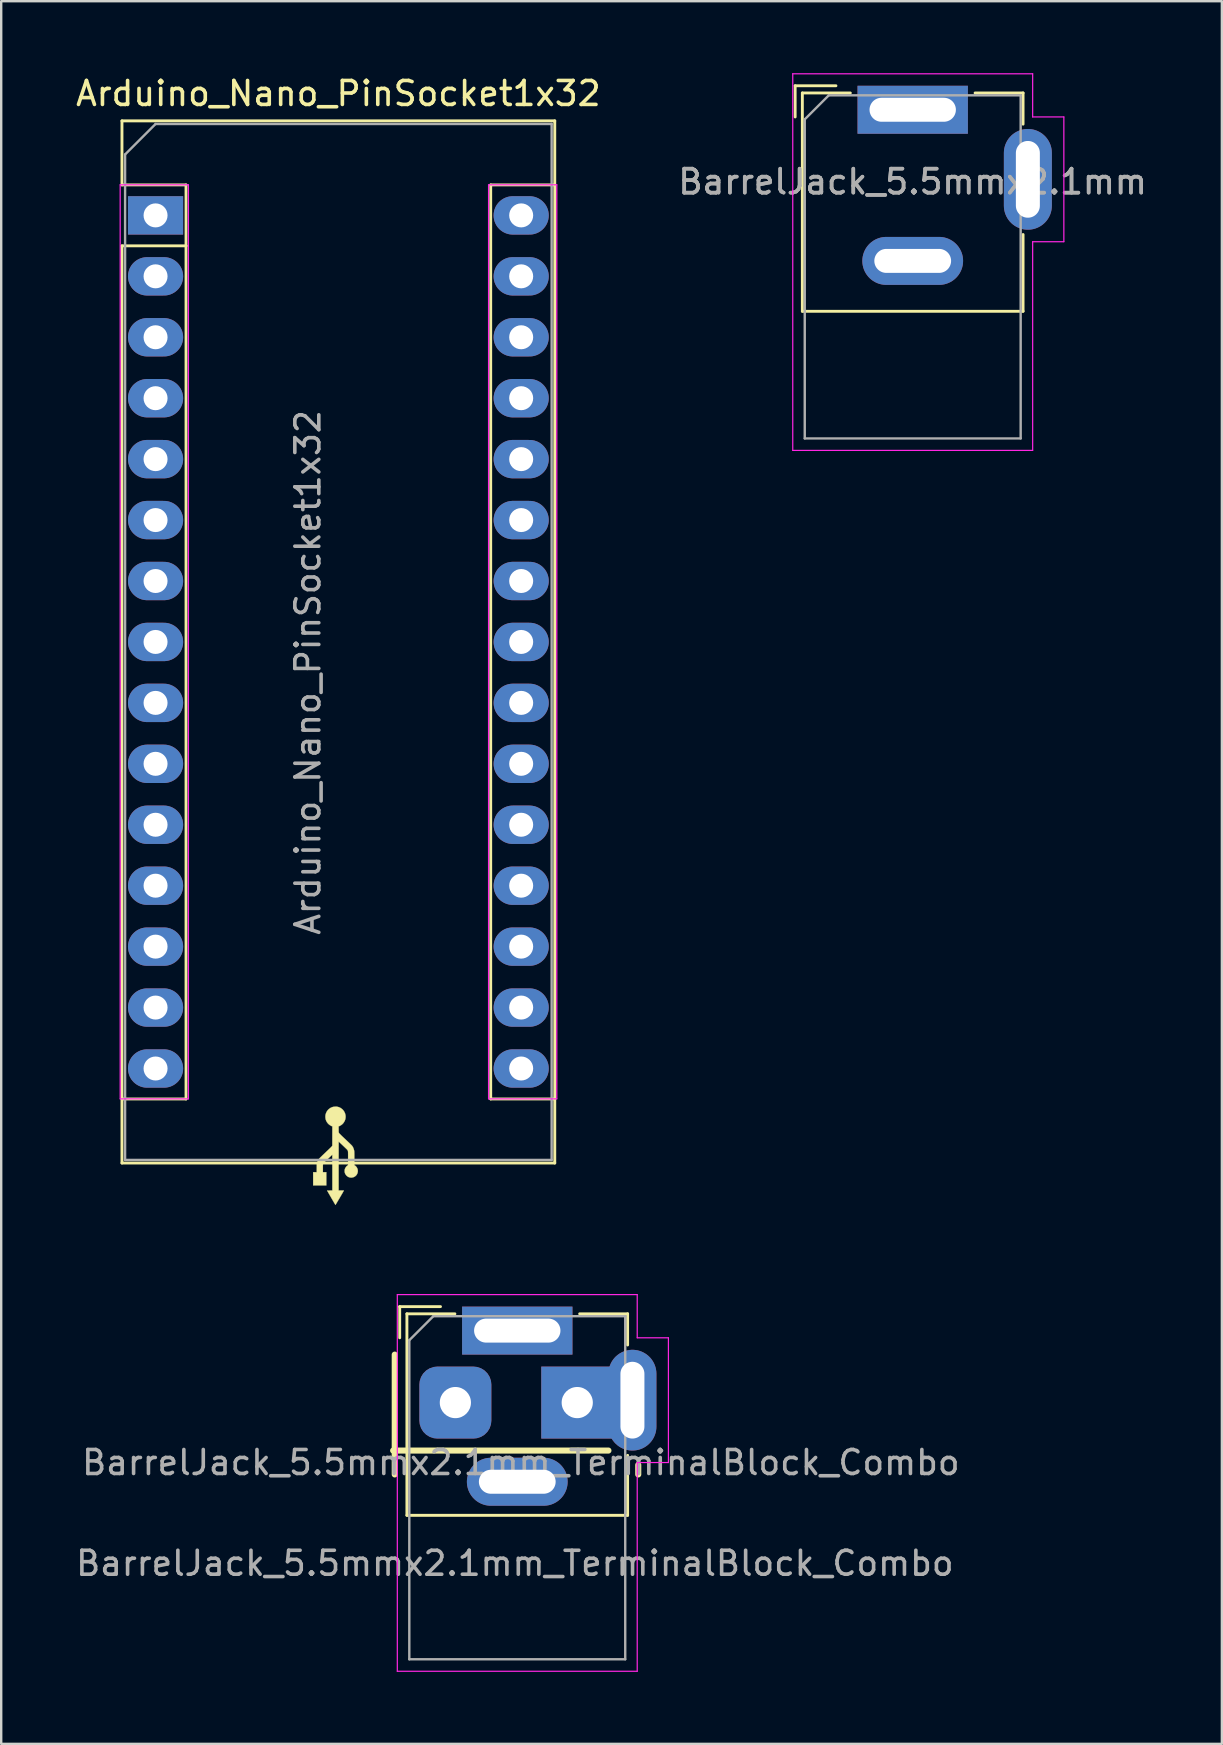
<source format=kicad_pcb>
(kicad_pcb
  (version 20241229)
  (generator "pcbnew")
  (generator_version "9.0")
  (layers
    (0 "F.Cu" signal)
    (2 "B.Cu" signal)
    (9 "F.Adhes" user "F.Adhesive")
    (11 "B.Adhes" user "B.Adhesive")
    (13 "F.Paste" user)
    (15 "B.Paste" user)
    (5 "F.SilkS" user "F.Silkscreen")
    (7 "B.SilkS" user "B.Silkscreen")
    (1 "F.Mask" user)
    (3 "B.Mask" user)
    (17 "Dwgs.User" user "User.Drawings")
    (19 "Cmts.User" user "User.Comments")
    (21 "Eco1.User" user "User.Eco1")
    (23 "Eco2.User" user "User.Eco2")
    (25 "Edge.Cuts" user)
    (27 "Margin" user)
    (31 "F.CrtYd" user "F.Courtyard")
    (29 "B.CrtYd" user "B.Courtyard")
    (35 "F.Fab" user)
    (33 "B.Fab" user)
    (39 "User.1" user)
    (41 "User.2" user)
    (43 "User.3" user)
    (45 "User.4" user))
  (footprint "BarrelJack_5.5mmx2.1mm_TerminalBlock_Combo"
    (layer "F.Cu")
    (at 18.511 52.413)
    (property "Reference" "BarrelJack_5.5mmx2.1mm_TerminalBlock_Combo" (at -0.1 9.7 0) (layer "F.Fab") (effects (font (size 1 1) (thickness 0.15))))
    (property "Value" "(${VALUE})" (at 0 -2.8 0) (layer "F.SilkS") (hide yes) (effects (font (size 1 1) (thickness 0.15))))
    (attr through_hole)
    (fp_line (start -5.107 1.001) (end -5.107 5.995) (stroke (width 0.254) (type solid)) (layer "F.SilkS"))
    (fp_line (start -4.9 -1) (end -4.9 0.3) (stroke (width 0.12) (type solid)) (layer "F.SilkS"))
    (fp_line (start -4.6 -0.7) (end -2.6 -0.7) (stroke (width 0.12) (type solid)) (layer "F.SilkS"))
    (fp_line (start -4.6 7.7) (end -4.6 -0.7) (stroke (width 0.12) (type solid)) (layer "F.SilkS"))
    (fp_line (start -3.2 -1) (end -4.9 -1) (stroke (width 0.12) (type solid)) (layer "F.SilkS"))
    (fp_line (start 2.6 -0.7) (end 4.6 -0.7) (stroke (width 0.12) (type solid)) (layer "F.SilkS"))
    (fp_line (start 3.8 5) (end -5.174 5) (stroke (width 0.254) (type solid)) (layer "F.SilkS"))
    (fp_line (start 4.6 -0.7) (end 4.6 0.6) (stroke (width 0.12) (type solid)) (layer "F.SilkS"))
    (fp_line (start 4.6 5.2) (end 4.6 7.7) (stroke (width 0.12) (type solid)) (layer "F.SilkS"))
    (fp_line (start 4.6 7.7) (end -4.6 7.7) (stroke (width 0.12) (type solid)) (layer "F.SilkS"))
    (fp_line (start 5.043 5.6) (end 5.043 5.995) (stroke (width 0.254) (type solid)) (layer "F.SilkS"))
    (fp_line (start -5.107 1.001) (end -5.107 13) (stroke (width 0.254) (type solid)) (layer "Eco2.User"))
    (fp_line (start -5.107 13) (end 5.053 12.988) (stroke (width 0.254) (type solid)) (layer "Eco2.User"))
    (fp_line (start 5.04 12.2) (end -5.107 12.2) (stroke (width 0.254) (type solid)) (layer "Eco2.User"))
    (fp_line (start 5.053 0.989) (end 5.053 12.988) (stroke (width 0.254) (type solid)) (layer "Eco2.User"))
    (fp_line (start -5 -1.5) (end -5 14.2) (stroke (width 0.05) (type solid)) (layer "F.CrtYd"))
    (fp_line (start -5 14.2) (end 5 14.2) (stroke (width 0.05) (type solid)) (layer "F.CrtYd"))
    (fp_line (start 5 -1.5) (end -5 -1.5) (stroke (width 0.05) (type solid)) (layer "F.CrtYd"))
    (fp_line (start 5 0.3) (end 5 -1.5) (stroke (width 0.05) (type solid)) (layer "F.CrtYd"))
    (fp_line (start 5 14.2) (end 5 5.5) (stroke (width 0.05) (type solid)) (layer "F.CrtYd"))
    (fp_line (start 6.3 0.3) (end 5 0.3) (stroke (width 0.05) (type solid)) (layer "F.CrtYd"))
    (fp_line (start 6.3 0.3) (end 6.3 5.5) (stroke (width 0.05) (type solid)) (layer "F.CrtYd"))
    (fp_line (start 6.3 5.5) (end 5 5.5) (stroke (width 0.05) (type solid)) (layer "F.CrtYd"))
    (fp_line (start -4.5 0.4) (end -3.5 -0.6) (stroke (width 0.1) (type solid)) (layer "F.Fab"))
    (fp_line (start -4.5 13.7) (end -4.5 0.4) (stroke (width 0.1) (type solid)) (layer "F.Fab"))
    (fp_line (start 4.5 -0.6) (end -3.5 -0.6) (stroke (width 0.1) (type solid)) (layer "F.Fab"))
    (fp_line (start 4.5 -0.6) (end 4.5 13.7) (stroke (width 0.1) (type solid)) (layer "F.Fab"))
    (fp_line (start 4.5 13.7) (end -4.5 13.7) (stroke (width 0.1) (type solid)) (layer "F.Fab"))
    (fp_text user "${REFERENCE}" (at 0.15 5.5 0) (layer "F.Fab") (effects (font (size 1 1) (thickness 0.15))))
    (pad "1" thru_hole roundrect (at -2.58 3 180) (size 3 3) (drill 1.3) (layers "*.Cu" "*.Mask") (roundrect_rratio 0.25))
    (pad "1" thru_hole rect (at 0 0) (size 4.6 2) (drill oval 3.6 1) (layers "*.Cu" "*.Mask"))
    (pad "2" thru_hole oval (at 0 6.3) (size 4.2 2) (drill oval 3.2 1) (layers "*.Cu" "*.Mask"))
    (pad "3" thru_hole rect (at 2.5 3 180) (size 3 3) (drill 1.3) (layers "*.Cu" "*.Mask"))
    (pad "3" thru_hole oval (at 4.8 2.9) (size 2 4.2) (drill oval 1 3.2) (layers "*.Cu" "*.Mask")))
  (footprint "BarrelJack_5.5mmx2.1mm"
    (layer "F.Cu")
    (at 34.994 1.525)
    (property "Reference" "BarrelJack_5.5mmx2.1mm" (at 0 3 0) (layer "F.Fab") (effects (font (size 1 1) (thickness 0.15))))
    (property "Value" "(${VALUE})" (at 0 -2.6 0) (layer "F.SilkS") (hide yes) (effects (font (size 1 1) (thickness 0.15))))
    (attr through_hole)
    (fp_line (start -4.9 -1) (end -4.9 0.3) (stroke (width 0.12) (type solid)) (layer "F.SilkS"))
    (fp_line (start -4.6 -0.7) (end -2.6 -0.7) (stroke (width 0.12) (type solid)) (layer "F.SilkS"))
    (fp_line (start -4.6 8.4) (end -4.6 -0.7) (stroke (width 0.12) (type solid)) (layer "F.SilkS"))
    (fp_line (start -3.2 -1) (end -4.9 -1) (stroke (width 0.12) (type solid)) (layer "F.SilkS"))
    (fp_line (start 2.6 -0.7) (end 4.6 -0.7) (stroke (width 0.12) (type solid)) (layer "F.SilkS"))
    (fp_line (start 4.6 -0.7) (end 4.6 0.6) (stroke (width 0.12) (type solid)) (layer "F.SilkS"))
    (fp_line (start 4.6 5.2) (end 4.6 8.4) (stroke (width 0.12) (type solid)) (layer "F.SilkS"))
    (fp_line (start 4.6 8.4) (end -4.6 8.4) (stroke (width 0.12) (type solid)) (layer "F.SilkS"))
    (fp_line (start -5 -1.5) (end -5 14.2) (stroke (width 0.05) (type solid)) (layer "F.CrtYd"))
    (fp_line (start -5 14.2) (end 5 14.2) (stroke (width 0.05) (type solid)) (layer "F.CrtYd"))
    (fp_line (start 5 -1.5) (end -5 -1.5) (stroke (width 0.05) (type solid)) (layer "F.CrtYd"))
    (fp_line (start 5 0.3) (end 5 -1.5) (stroke (width 0.05) (type solid)) (layer "F.CrtYd"))
    (fp_line (start 5 14.2) (end 5 5.5) (stroke (width 0.05) (type solid)) (layer "F.CrtYd"))
    (fp_line (start 6.3 0.3) (end 5 0.3) (stroke (width 0.05) (type solid)) (layer "F.CrtYd"))
    (fp_line (start 6.3 0.3) (end 6.3 5.5) (stroke (width 0.05) (type solid)) (layer "F.CrtYd"))
    (fp_line (start 6.3 5.5) (end 5 5.5) (stroke (width 0.05) (type solid)) (layer "F.CrtYd"))
    (fp_line (start -4.5 0.4) (end -3.5 -0.6) (stroke (width 0.1) (type solid)) (layer "F.Fab"))
    (fp_line (start -4.5 13.7) (end -4.5 0.4) (stroke (width 0.1) (type solid)) (layer "F.Fab"))
    (fp_line (start 4.5 -0.6) (end -3.5 -0.6) (stroke (width 0.1) (type solid)) (layer "F.Fab"))
    (fp_line (start 4.5 -0.6) (end 4.5 13.7) (stroke (width 0.1) (type solid)) (layer "F.Fab"))
    (fp_line (start 4.5 13.7) (end -4.5 13.7) (stroke (width 0.1) (type solid)) (layer "F.Fab"))
    (fp_text user "${REFERENCE}" (at 0 3 0) (layer "F.Fab") (effects (font (size 1 1) (thickness 0.15))))
    (pad "1" thru_hole rect (at 0 0) (size 4.6 2) (drill oval 3.6 1) (layers "*.Cu" "*.Mask"))
    (pad "2" thru_hole oval (at 0 6.3) (size 4.2 2) (drill oval 3.2 1) (layers "*.Cu" "*.Mask"))
    (pad "3" thru_hole oval (at 4.8 2.9) (size 2 4.2) (drill oval 1 3.2) (layers "*.Cu" "*.Mask")))
  (footprint "Arduino_Nano_PinSocket1x32"
    (layer "F.Cu")
    (at 3.434 5.928)
    (property "Reference" "Arduino_Nano_PinSocket1x32" (at 7.62 -5.08 0) (layer "F.SilkS") (effects (font (size 1 1) (thickness 0.15))))
    (attr through_hole)
    (fp_line (start -1.4 -3.94) (end -1.4 -1.27) (stroke (width 0.12) (type solid)) (layer "F.SilkS"))
    (fp_line (start -1.4 1.27) (end -1.4 39.5) (stroke (width 0.12) (type solid)) (layer "F.SilkS"))
    (fp_line (start -1.4 39.5) (end 16.64 39.5) (stroke (width 0.12) (type solid)) (layer "F.SilkS"))
    (fp_line (start 1.27 -1.27) (end -1.4 -1.27) (stroke (width 0.12) (type solid)) (layer "F.SilkS"))
    (fp_line (start 1.27 1.27) (end -1.4 1.27) (stroke (width 0.12) (type solid)) (layer "F.SilkS"))
    (fp_line (start 1.27 1.27) (end 1.27 -1.27) (stroke (width 0.12) (type solid)) (layer "F.SilkS"))
    (fp_line (start 1.27 1.27) (end 1.27 36.83) (stroke (width 0.12) (type solid)) (layer "F.SilkS"))
    (fp_line (start 1.27 36.83) (end -1.4 36.83) (stroke (width 0.12) (type solid)) (layer "F.SilkS"))
    (fp_line (start 13.97 -1.27) (end 13.97 36.83) (stroke (width 0.12) (type solid)) (layer "F.SilkS"))
    (fp_line (start 13.97 -1.27) (end 16.64 -1.27) (stroke (width 0.12) (type solid)) (layer "F.SilkS"))
    (fp_line (start 13.97 36.83) (end 16.64 36.83) (stroke (width 0.12) (type solid)) (layer "F.SilkS"))
    (fp_line (start 16.64 -3.94) (end -1.4 -3.94) (stroke (width 0.12) (type solid)) (layer "F.SilkS"))
    (fp_line (start 16.64 39.5) (end 16.64 -3.94) (stroke (width 0.12) (type solid)) (layer "F.SilkS"))
    (fp_poly (pts (xy 7.496 41.244) (xy 7.49 41.234) (xy 7.48 41.217) (xy 7.466 41.194) (xy 7.45 41.167) (xy 7.431 41.134) (xy 7.41 41.098) (xy 7.387 41.058) (xy 7.362 41.015) (xy 7.336 40.97) (xy 7.322 40.946) (xy 7.149 40.646) (xy 7.259 40.645) (xy 7.369 40.643) (xy 7.369 39.898) (xy 7.369 39.82) (xy 7.369 39.743) (xy 7.369 39.67) (xy 7.369 39.599) (xy 7.369 39.532) (xy 7.368 39.469) (xy 7.368 39.411) (xy 7.368 39.357) (xy 7.368 39.309) (xy 7.368 39.266) (xy 7.368 39.23) (xy 7.367 39.2) (xy 7.367 39.177) (xy 7.367 39.162) (xy 7.367 39.154) (xy 7.367 39.153) (xy 7.363 39.156) (xy 7.354 39.164) (xy 7.34 39.177) (xy 7.322 39.194) (xy 7.301 39.214) (xy 7.277 39.237) (xy 7.25 39.262) (xy 7.222 39.289) (xy 7.193 39.316) (xy 7.165 39.344) (xy 7.136 39.371) (xy 7.109 39.397) (xy 7.083 39.422) (xy 7.06 39.445) (xy 7.04 39.464) (xy 7.023 39.48) (xy 7.012 39.492) (xy 7.005 39.5) (xy 7.003 39.501) (xy 6.995 39.515) (xy 6.987 39.532) (xy 6.983 39.541) (xy 6.981 39.547) (xy 6.979 39.554) (xy 6.978 39.563) (xy 6.977 39.573) (xy 6.976 39.587) (xy 6.976 39.606) (xy 6.975 39.629) (xy 6.975 39.658) (xy 6.975 39.695) (xy 6.975 39.723) (xy 6.975 39.882) (xy 7.119 39.882) (xy 7.119 40.432) (xy 6.569 40.432) (xy 6.569 39.882) (xy 6.716 39.882) (xy 6.718 39.703) (xy 6.719 39.524) (xy 6.731 39.486) (xy 6.746 39.444) (xy 6.765 39.402) (xy 6.787 39.363) (xy 6.811 39.328) (xy 6.811 39.328) (xy 6.82 39.317) (xy 6.836 39.301) (xy 6.857 39.279) (xy 6.885 39.251) (xy 6.92 39.218) (xy 6.96 39.178) (xy 7.007 39.134) (xy 7.06 39.083) (xy 7.092 39.053) (xy 7.139 39.007) (xy 7.181 38.968) (xy 7.217 38.933) (xy 7.248 38.903) (xy 7.275 38.878) (xy 7.297 38.856) (xy 7.315 38.838) (xy 7.329 38.824) (xy 7.34 38.812) (xy 7.348 38.803) (xy 7.353 38.796) (xy 7.356 38.791) (xy 7.357 38.791) (xy 7.367 38.77) (xy 7.369 37.972) (xy 7.36 37.969) (xy 7.352 37.966) (xy 7.339 37.961) (xy 7.323 37.953) (xy 7.318 37.951) (xy 7.265 37.921) (xy 7.218 37.885) (xy 7.177 37.843) (xy 7.142 37.795) (xy 7.114 37.743) (xy 7.093 37.687) (xy 7.088 37.669) (xy 7.083 37.637) (xy 7.079 37.601) (xy 7.078 37.562) (xy 7.08 37.524) (xy 7.084 37.49) (xy 7.089 37.469) (xy 7.109 37.41) (xy 7.135 37.356) (xy 7.168 37.307) (xy 7.208 37.264) (xy 7.248 37.231) (xy 7.297 37.199) (xy 7.348 37.175) (xy 7.401 37.159) (xy 7.459 37.151) (xy 7.485 37.149) (xy 7.507 37.149) (xy 7.526 37.148) (xy 7.541 37.149) (xy 7.55 37.149) (xy 7.551 37.149) (xy 7.594 37.158) (xy 7.631 37.168) (xy 7.664 37.18) (xy 7.694 37.194) (xy 7.715 37.206) (xy 7.763 37.239) (xy 7.806 37.278) (xy 7.842 37.322) (xy 7.872 37.37) (xy 7.895 37.421) (xy 7.912 37.475) (xy 7.921 37.531) (xy 7.922 37.587) (xy 7.916 37.644) (xy 7.904 37.694) (xy 7.884 37.746) (xy 7.857 37.794) (xy 7.825 37.84) (xy 7.788 37.879) (xy 7.766 37.898) (xy 7.748 37.911) (xy 7.727 37.925) (xy 7.704 37.939) (xy 7.681 37.951) (xy 7.66 37.962) (xy 7.644 37.968) (xy 7.64 37.969) (xy 7.631 37.972) (xy 7.632 38.094) (xy 7.633 38.216) (xy 7.647 38.244) (xy 7.65 38.25) (xy 7.653 38.255) (xy 7.657 38.261) (xy 7.663 38.268) (xy 7.67 38.276) (xy 7.679 38.286) (xy 7.691 38.298) (xy 7.706 38.313) (xy 7.724 38.331) (xy 7.746 38.352) (xy 7.771 38.377) (xy 7.802 38.406) (xy 7.837 38.439) (xy 7.878 38.478) (xy 7.923 38.52) (xy 7.97 38.565) (xy 8.011 38.604) (xy 8.047 38.638) (xy 8.078 38.667) (xy 8.104 38.693) (xy 8.126 38.714) (xy 8.145 38.732) (xy 8.16 38.748) (xy 8.173 38.761) (xy 8.183 38.772) (xy 8.191 38.781) (xy 8.197 38.789) (xy 8.203 38.796) (xy 8.207 38.803) (xy 8.239 38.859) (xy 8.262 38.919) (xy 8.278 38.982) (xy 8.283 39.011) (xy 8.284 39.023) (xy 8.285 39.042) (xy 8.285 39.069) (xy 8.286 39.104) (xy 8.287 39.145) (xy 8.287 39.192) (xy 8.287 39.245) (xy 8.287 39.304) (xy 8.287 39.316) (xy 8.287 39.589) (xy 8.307 39.6) (xy 8.325 39.613) (xy 8.345 39.631) (xy 8.365 39.652) (xy 8.382 39.673) (xy 8.392 39.688) (xy 8.413 39.73) (xy 8.426 39.775) (xy 8.431 39.822) (xy 8.429 39.869) (xy 8.418 39.915) (xy 8.402 39.957) (xy 8.377 39.997) (xy 8.347 40.031) (xy 8.312 40.059) (xy 8.273 40.082) (xy 8.23 40.097) (xy 8.186 40.106) (xy 8.141 40.108) (xy 8.095 40.101) (xy 8.06 40.091) (xy 8.019 40.072) (xy 7.982 40.046) (xy 7.948 40.014) (xy 7.921 39.976) (xy 7.899 39.936) (xy 7.887 39.898) (xy 7.882 39.871) (xy 7.88 39.84) (xy 7.881 39.807) (xy 7.884 39.777) (xy 7.887 39.763) (xy 7.899 39.729) (xy 7.916 39.695) (xy 7.938 39.663) (xy 7.962 39.634) (xy 7.988 39.61) (xy 8.007 39.598) (xy 8.025 39.588) (xy 8.025 39.305) (xy 8.025 39.249) (xy 8.025 39.201) (xy 8.025 39.16) (xy 8.025 39.126) (xy 8.024 39.097) (xy 8.024 39.074) (xy 8.024 39.055) (xy 8.023 39.04) (xy 8.022 39.028) (xy 8.021 39.019) (xy 8.02 39.011) (xy 8.019 39.005) (xy 8.017 39) (xy 8.016 38.995) (xy 8.009 38.977) (xy 7.999 38.959) (xy 7.992 38.949) (xy 7.987 38.943) (xy 7.976 38.932) (xy 7.961 38.918) (xy 7.942 38.899) (xy 7.92 38.878) (xy 7.895 38.854) (xy 7.868 38.828) (xy 7.84 38.801) (xy 7.811 38.774) (xy 7.783 38.746) (xy 7.755 38.72) (xy 7.728 38.695) (xy 7.703 38.671) (xy 7.681 38.651) (xy 7.663 38.634) (xy 7.648 38.62) (xy 7.638 38.611) (xy 7.633 38.607) (xy 7.633 38.607) (xy 7.633 38.612) (xy 7.633 38.624) (xy 7.633 38.644) (xy 7.633 38.671) (xy 7.632 38.706) (xy 7.632 38.747) (xy 7.632 38.794) (xy 7.632 38.847) (xy 7.632 38.906) (xy 7.632 38.97) (xy 7.632 39.038) (xy 7.632 39.112) (xy 7.631 39.189) (xy 7.631 39.27) (xy 7.631 39.354) (xy 7.631 39.442) (xy 7.631 39.532) (xy 7.631 39.624) (xy 7.631 40.644) (xy 7.742 40.644) (xy 7.771 40.644) (xy 7.798 40.644) (xy 7.82 40.645) (xy 7.837 40.645) (xy 7.847 40.646) (xy 7.851 40.647) (xy 7.848 40.653) (xy 7.841 40.666) (xy 7.83 40.684) (xy 7.817 40.707) (xy 7.801 40.735) (xy 7.783 40.767) (xy 7.763 40.801) (xy 7.741 40.839) (xy 7.718 40.877) (xy 7.695 40.918) (xy 7.671 40.958) (xy 7.648 40.999) (xy 7.624 41.038) (xy 7.602 41.076) (xy 7.581 41.112) (xy 7.561 41.145) (xy 7.544 41.175) (xy 7.528 41.2) (xy 7.516 41.221) (xy 7.507 41.236) (xy 7.501 41.245) (xy 7.499 41.248) (xy 7.496 41.244)) (stroke (width 0.01) (type solid)) (fill yes) (layer "F.SilkS"))
    (fp_line (start 3.81 31.75) (end 11.43 31.75) (stroke (width 0.1) (type solid)) (layer "Eco2.User"))
    (fp_line (start 3.81 41.91) (end 3.81 31.75) (stroke (width 0.1) (type solid)) (layer "Eco2.User"))
    (fp_line (start 11.43 31.75) (end 11.43 41.91) (stroke (width 0.1) (type solid)) (layer "Eco2.User"))
    (fp_line (start 11.43 41.91) (end 3.81 41.91) (stroke (width 0.1) (type solid)) (layer "Eco2.User"))
    (fp_line (start -1.475 -1.275) (end -1.475 36.825) (stroke (width 0.05) (type solid)) (layer "F.CrtYd"))
    (fp_line (start -1.475 -1.275) (end 1.37 -1.275) (stroke (width 0.05) (type solid)) (layer "F.CrtYd"))
    (fp_line (start -1.475 36.825) (end 1.37 36.825) (stroke (width 0.05) (type solid)) (layer "F.CrtYd"))
    (fp_line (start 1.37 -1.275) (end 1.37 36.825) (stroke (width 0.05) (type solid)) (layer "F.CrtYd"))
    (fp_line (start 13.88 -1.275) (end 16.725 -1.275) (stroke (width 0.05) (type solid)) (layer "F.CrtYd"))
    (fp_line (start 13.88 36.825) (end 13.88 -1.275) (stroke (width 0.05) (type solid)) (layer "F.CrtYd"))
    (fp_line (start 13.88 36.825) (end 16.725 36.825) (stroke (width 0.05) (type solid)) (layer "F.CrtYd"))
    (fp_line (start 16.725 36.825) (end 16.725 -1.275) (stroke (width 0.05) (type solid)) (layer "F.CrtYd"))
    (fp_line (start -1.27 -2.54) (end 0 -3.81) (stroke (width 0.1) (type solid)) (layer "F.Fab"))
    (fp_line (start -1.27 39.37) (end -1.27 -2.54) (stroke (width 0.1) (type solid)) (layer "F.Fab"))
    (fp_line (start 0 -3.81) (end 16.51 -3.81) (stroke (width 0.1) (type solid)) (layer "F.Fab"))
    (fp_line (start 16.51 -3.81) (end 16.51 39.37) (stroke (width 0.1) (type solid)) (layer "F.Fab"))
    (fp_line (start 16.51 39.37) (end -1.27 39.37) (stroke (width 0.1) (type solid)) (layer "F.Fab"))
    (fp_text user "${REFERENCE}" (at 6.35 19.05 90) (layer "F.Fab") (effects (font (size 1 1) (thickness 0.15))))
    (pad "1" thru_hole rect (at 0 0) (size 2.3 1.6) (drill 1) (layers "*.Cu" "*.Mask"))
    (pad "2" thru_hole oval (at 0 2.54) (size 2.3 1.6) (drill 1) (layers "*.Cu" "*.Mask"))
    (pad "3" thru_hole oval (at 0 5.08) (size 2.3 1.6) (drill 1) (layers "*.Cu" "*.Mask"))
    (pad "4" thru_hole oval (at 0 7.62) (size 2.3 1.6) (drill 1) (layers "*.Cu" "*.Mask"))
    (pad "5" thru_hole oval (at 0 10.16) (size 2.3 1.6) (drill 1) (layers "*.Cu" "*.Mask"))
    (pad "6" thru_hole oval (at 0 12.7) (size 2.3 1.6) (drill 1) (layers "*.Cu" "*.Mask"))
    (pad "7" thru_hole oval (at 0 15.24) (size 2.3 1.6) (drill 1) (layers "*.Cu" "*.Mask"))
    (pad "8" thru_hole oval (at 0 17.78) (size 2.3 1.6) (drill 1) (layers "*.Cu" "*.Mask"))
    (pad "9" thru_hole oval (at 0 20.32) (size 2.3 1.6) (drill 1) (layers "*.Cu" "*.Mask"))
    (pad "10" thru_hole oval (at 0 22.86) (size 2.3 1.6) (drill 1) (layers "*.Cu" "*.Mask"))
    (pad "11" thru_hole oval (at 0 25.4) (size 2.3 1.6) (drill 1) (layers "*.Cu" "*.Mask"))
    (pad "12" thru_hole oval (at 0 27.94) (size 2.3 1.6) (drill 1) (layers "*.Cu" "*.Mask"))
    (pad "13" thru_hole oval (at 0 30.48) (size 2.3 1.6) (drill 1) (layers "*.Cu" "*.Mask"))
    (pad "14" thru_hole oval (at 0 33.02) (size 2.3 1.6) (drill 1) (layers "*.Cu" "*.Mask"))
    (pad "15" thru_hole oval (at 0 35.56) (size 2.3 1.6) (drill 1) (layers "*.Cu" "*.Mask"))
    (pad "16" thru_hole oval (at 15.24 35.56) (size 2.3 1.6) (drill 1) (layers "*.Cu" "*.Mask"))
    (pad "17" thru_hole oval (at 15.24 33.02) (size 2.3 1.6) (drill 1) (layers "*.Cu" "*.Mask"))
    (pad "18" thru_hole oval (at 15.24 30.48) (size 2.3 1.6) (drill 1) (layers "*.Cu" "*.Mask"))
    (pad "19" thru_hole oval (at 15.24 27.94) (size 2.3 1.6) (drill 1) (layers "*.Cu" "*.Mask"))
    (pad "20" thru_hole oval (at 15.24 25.4) (size 2.3 1.6) (drill 1) (layers "*.Cu" "*.Mask"))
    (pad "21" thru_hole oval (at 15.24 22.86) (size 2.3 1.6) (drill 1) (layers "*.Cu" "*.Mask"))
    (pad "22" thru_hole oval (at 15.24 20.32) (size 2.3 1.6) (drill 1) (layers "*.Cu" "*.Mask"))
    (pad "23" thru_hole oval (at 15.24 17.78) (size 2.3 1.6) (drill 1) (layers "*.Cu" "*.Mask"))
    (pad "24" thru_hole oval (at 15.24 15.24) (size 2.3 1.6) (drill 1) (layers "*.Cu" "*.Mask"))
    (pad "25" thru_hole oval (at 15.24 12.7) (size 2.3 1.6) (drill 1) (layers "*.Cu" "*.Mask"))
    (pad "26" thru_hole oval (at 15.24 10.16) (size 2.3 1.6) (drill 1) (layers "*.Cu" "*.Mask"))
    (pad "27" thru_hole oval (at 15.24 7.62) (size 2.3 1.6) (drill 1) (layers "*.Cu" "*.Mask"))
    (pad "28" thru_hole oval (at 15.24 5.08) (size 2.3 1.6) (drill 1) (layers "*.Cu" "*.Mask"))
    (pad "29" thru_hole oval (at 15.24 2.54) (size 2.3 1.6) (drill 1) (layers "*.Cu" "*.Mask"))
    (pad "30" thru_hole oval (at 15.24 0) (size 2.3 1.6) (drill 1) (layers "*.Cu" "*.Mask")))
  (gr_rect
    (start -3 -3)
    (end 47.881 69.638)
    (stroke (width 0.1) (type default))
    (fill no)
    (layer "Edge.Cuts")))
</source>
